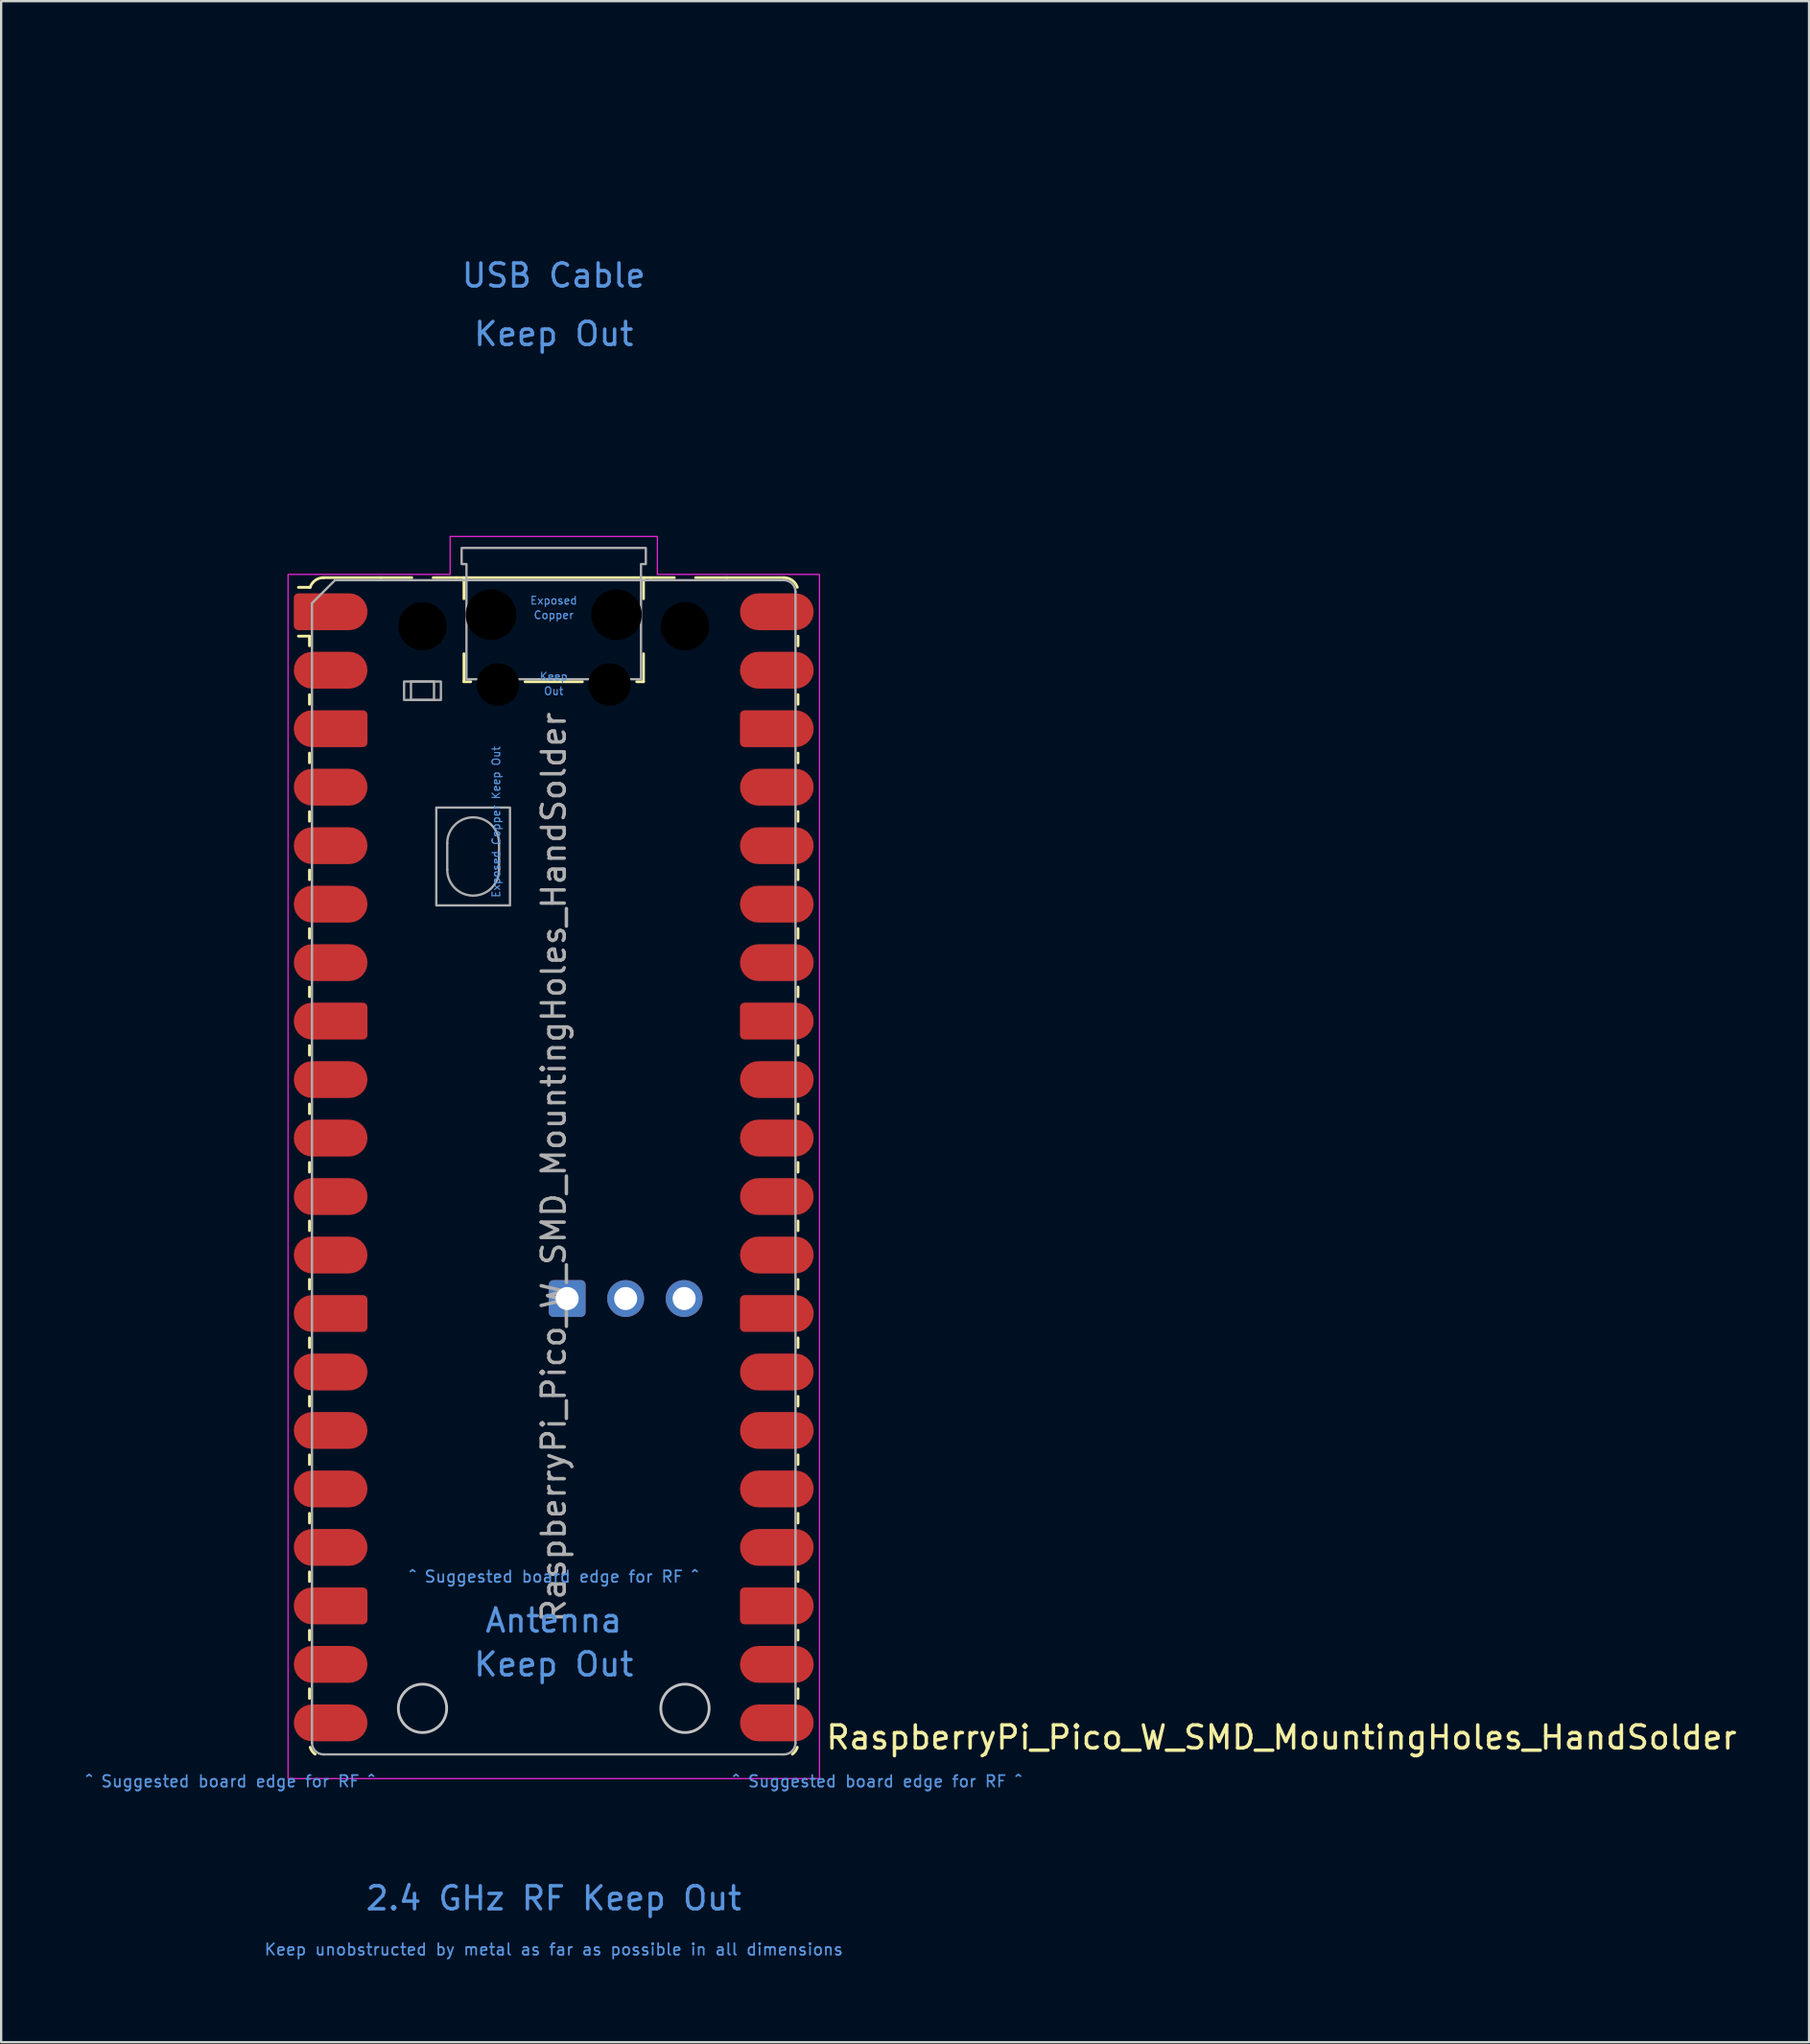
<source format=kicad_pcb>
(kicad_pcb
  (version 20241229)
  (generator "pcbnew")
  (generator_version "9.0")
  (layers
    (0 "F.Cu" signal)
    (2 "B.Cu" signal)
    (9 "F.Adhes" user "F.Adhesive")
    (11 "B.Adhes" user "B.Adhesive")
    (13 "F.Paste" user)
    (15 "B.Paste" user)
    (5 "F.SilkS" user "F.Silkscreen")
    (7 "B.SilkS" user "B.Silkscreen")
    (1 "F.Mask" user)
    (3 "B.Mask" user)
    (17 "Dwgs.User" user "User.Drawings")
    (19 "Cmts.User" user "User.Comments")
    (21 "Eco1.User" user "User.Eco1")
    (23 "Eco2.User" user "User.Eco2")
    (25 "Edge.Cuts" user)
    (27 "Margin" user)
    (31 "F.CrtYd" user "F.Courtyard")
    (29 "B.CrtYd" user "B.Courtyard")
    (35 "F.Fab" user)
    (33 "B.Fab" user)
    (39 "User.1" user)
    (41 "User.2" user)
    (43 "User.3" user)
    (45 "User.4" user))
  (footprint "RaspberryPi_Pico_W_SMD_MountingHoles_HandSolder"
    (layer "F.Cu")
    (at 21 47.65)
    (property "Reference" "RaspberryPi_Pico_W_SMD_MountingHoles_HandSolder" (at 11.748 24.765 0) (unlocked yes) (layer "F.SilkS") (effects (font (size 1 1) (thickness 0.15)) (justify left)))
    (attr smd)
    (fp_line (start -10.61 -23.07) (end -11.09 -23.07) (stroke (width 0.12) (type solid)) (layer "F.SilkS"))
    (fp_line (start -10.61 -23.07) (end -10.61 -22.65) (stroke (width 0.12) (type solid)) (layer "F.SilkS"))
    (fp_line (start -10.61 -20.53) (end -10.61 -20.11) (stroke (width 0.12) (type solid)) (layer "F.SilkS"))
    (fp_line (start -10.61 -17.99) (end -10.61 -17.57) (stroke (width 0.12) (type solid)) (layer "F.SilkS"))
    (fp_line (start -10.61 -15.45) (end -10.61 -15.03) (stroke (width 0.12) (type solid)) (layer "F.SilkS"))
    (fp_line (start -10.61 -12.91) (end -10.61 -12.49) (stroke (width 0.12) (type solid)) (layer "F.SilkS"))
    (fp_line (start -10.61 -10.37) (end -10.61 -9.95) (stroke (width 0.12) (type solid)) (layer "F.SilkS"))
    (fp_line (start -10.61 -7.83) (end -10.61 -7.41) (stroke (width 0.12) (type solid)) (layer "F.SilkS"))
    (fp_line (start -10.61 -5.29) (end -10.61 -4.87) (stroke (width 0.12) (type solid)) (layer "F.SilkS"))
    (fp_line (start -10.61 -2.75) (end -10.61 -2.33) (stroke (width 0.12) (type solid)) (layer "F.SilkS"))
    (fp_line (start -10.61 -0.21) (end -10.61 0.21) (stroke (width 0.12) (type solid)) (layer "F.SilkS"))
    (fp_line (start -10.61 2.33) (end -10.61 2.75) (stroke (width 0.12) (type solid)) (layer "F.SilkS"))
    (fp_line (start -10.61 4.87) (end -10.61 5.29) (stroke (width 0.12) (type solid)) (layer "F.SilkS"))
    (fp_line (start -10.61 7.41) (end -10.61 7.83) (stroke (width 0.12) (type solid)) (layer "F.SilkS"))
    (fp_line (start -10.61 9.95) (end -10.61 10.37) (stroke (width 0.12) (type solid)) (layer "F.SilkS"))
    (fp_line (start -10.61 12.49) (end -10.61 12.91) (stroke (width 0.12) (type solid)) (layer "F.SilkS"))
    (fp_line (start -10.61 15.03) (end -10.61 15.45) (stroke (width 0.12) (type solid)) (layer "F.SilkS"))
    (fp_line (start -10.61 17.57) (end -10.61 17.99) (stroke (width 0.12) (type solid)) (layer "F.SilkS"))
    (fp_line (start -10.61 20.11) (end -10.61 20.53) (stroke (width 0.12) (type solid)) (layer "F.SilkS"))
    (fp_line (start -10.61 22.65) (end -10.61 23.07) (stroke (width 0.12) (type solid)) (layer "F.SilkS"))
    (fp_line (start -10.58 -25.19) (end -11.09 -25.19) (stroke (width 0.12) (type solid)) (layer "F.SilkS"))
    (fp_line (start -10 -25.61) (end -7.51 -25.61) (stroke (width 0.12) (type solid)) (layer "F.SilkS"))
    (fp_line (start -7.51 -25.61) (end -6.162 -25.61) (stroke (width 0.12) (type solid)) (layer "F.SilkS"))
    (fp_line (start -5.238 -25.61) (end -4.235 -25.61) (stroke (width 0.12) (type solid)) (layer "F.SilkS"))
    (fp_line (start -4.235 -25.61) (end 4.235 -25.61) (stroke (width 0.12) (type solid)) (layer "F.SilkS"))
    (fp_line (start -3.9 -25.61) (end -3.9 -24.694) (stroke (width 0.12) (type solid)) (layer "F.SilkS"))
    (fp_line (start -3.9 -22.306) (end -3.9 -21.09) (stroke (width 0.12) (type solid)) (layer "F.SilkS"))
    (fp_line (start -3.9 -21.09) (end -3.604 -21.09) (stroke (width 0.12) (type solid)) (layer "F.SilkS"))
    (fp_line (start -1.246 -21.09) (end 1.246 -21.09) (stroke (width 0.12) (type solid)) (layer "F.SilkS"))
    (fp_line (start 3.604 -21.09) (end 3.9 -21.09) (stroke (width 0.12) (type solid)) (layer "F.SilkS"))
    (fp_line (start 3.9 -25.61) (end 3.9 -24.694) (stroke (width 0.12) (type solid)) (layer "F.SilkS"))
    (fp_line (start 3.9 -22.306) (end 3.9 -21.09) (stroke (width 0.12) (type solid)) (layer "F.SilkS"))
    (fp_line (start 4.235 -25.61) (end 5.238 -25.61) (stroke (width 0.12) (type solid)) (layer "F.SilkS"))
    (fp_line (start 6.162 -25.61) (end 7.51 -25.61) (stroke (width 0.12) (type solid)) (layer "F.SilkS"))
    (fp_line (start 10 -25.61) (end 7.51 -25.61) (stroke (width 0.12) (type solid)) (layer "F.SilkS"))
    (fp_line (start 10.61 -23.07) (end 10.61 -22.65) (stroke (width 0.12) (type solid)) (layer "F.SilkS"))
    (fp_line (start 10.61 -20.53) (end 10.61 -20.11) (stroke (width 0.12) (type solid)) (layer "F.SilkS"))
    (fp_line (start 10.61 -17.99) (end 10.61 -17.57) (stroke (width 0.12) (type solid)) (layer "F.SilkS"))
    (fp_line (start 10.61 -15.45) (end 10.61 -15.03) (stroke (width 0.12) (type solid)) (layer "F.SilkS"))
    (fp_line (start 10.61 -12.91) (end 10.61 -12.49) (stroke (width 0.12) (type solid)) (layer "F.SilkS"))
    (fp_line (start 10.61 -10.37) (end 10.61 -9.95) (stroke (width 0.12) (type solid)) (layer "F.SilkS"))
    (fp_line (start 10.61 -7.83) (end 10.61 -7.41) (stroke (width 0.12) (type solid)) (layer "F.SilkS"))
    (fp_line (start 10.61 -5.29) (end 10.61 -4.87) (stroke (width 0.12) (type solid)) (layer "F.SilkS"))
    (fp_line (start 10.61 -2.75) (end 10.61 -2.33) (stroke (width 0.12) (type solid)) (layer "F.SilkS"))
    (fp_line (start 10.61 -0.21) (end 10.61 0.21) (stroke (width 0.12) (type solid)) (layer "F.SilkS"))
    (fp_line (start 10.61 2.33) (end 10.61 2.75) (stroke (width 0.12) (type solid)) (layer "F.SilkS"))
    (fp_line (start 10.61 4.87) (end 10.61 5.29) (stroke (width 0.12) (type solid)) (layer "F.SilkS"))
    (fp_line (start 10.61 7.41) (end 10.61 7.83) (stroke (width 0.12) (type solid)) (layer "F.SilkS"))
    (fp_line (start 10.61 9.95) (end 10.61 10.37) (stroke (width 0.12) (type solid)) (layer "F.SilkS"))
    (fp_line (start 10.61 12.49) (end 10.61 12.91) (stroke (width 0.12) (type solid)) (layer "F.SilkS"))
    (fp_line (start 10.61 15.03) (end 10.61 15.45) (stroke (width 0.12) (type solid)) (layer "F.SilkS"))
    (fp_line (start 10.61 17.57) (end 10.61 17.99) (stroke (width 0.12) (type solid)) (layer "F.SilkS"))
    (fp_line (start 10.61 20.11) (end 10.61 20.53) (stroke (width 0.12) (type solid)) (layer "F.SilkS"))
    (fp_line (start 10.61 22.65) (end 10.61 23.07) (stroke (width 0.12) (type solid)) (layer "F.SilkS"))
    (fp_arc (start -10.579676 -25.189937) (mid -10.357938 -25.493944) (end -10 -25.61) (stroke (width 0.12) (type solid)) (layer "F.SilkS"))
    (fp_arc (start -10.363318 25.49) (mid -10.494791 25.356765) (end -10.579676 25.189937) (stroke (width 0.12) (type solid)) (layer "F.SilkS"))
    (fp_arc (start 10 -25.61) (mid 10.357937 -25.493944) (end 10.579676 -25.189937) (stroke (width 0.12) (type solid)) (layer "F.SilkS"))
    (fp_arc (start 10.579676 25.189937) (mid 10.494803 25.356773) (end 10.363318 25.49) (stroke (width 0.12) (type solid)) (layer "F.SilkS"))
    (fp_circle (center -5.7 23.5) (end -4.65 23.5) (stroke (width 0.12) (type solid)) (fill no) (layer "Dwgs.User"))
    (fp_circle (center 5.7 23.5) (end 6.75 23.5) (stroke (width 0.12) (type solid)) (fill no) (layer "Dwgs.User"))
    (fp_poly (pts (xy -4.5 -27.4) (xy 4.5 -27.4) (xy 4.5 -25.75) (xy 11.54 -25.75) (xy 11.54 26.55) (xy -11.54 26.55) (xy -11.54 -25.75) (xy -4.5 -25.75)) (stroke (width 0.05) (type solid)) (fill no) (layer "F.CrtYd"))
    (fp_line (start -10.5 -24.5) (end -9.5 -25.5) (stroke (width 0.1) (type solid)) (layer "F.Fab"))
    (fp_line (start -10.5 25) (end -10.5 -24.5) (stroke (width 0.1) (type solid)) (layer "F.Fab"))
    (fp_line (start -9.5 -25.5) (end 10 -25.5) (stroke (width 0.1) (type solid)) (layer "F.Fab"))
    (fp_line (start -4.625 -14.075) (end -4.625 -12.925) (stroke (width 0.1) (type solid)) (layer "F.Fab"))
    (fp_line (start -2.375 -14.075) (end -2.375 -12.925) (stroke (width 0.1) (type solid)) (layer "F.Fab"))
    (fp_line (start 10 25.5) (end -10 25.5) (stroke (width 0.1) (type solid)) (layer "F.Fab"))
    (fp_line (start 10.5 -25) (end 10.5 25) (stroke (width 0.1) (type solid)) (layer "F.Fab"))
    (fp_rect (start -6.5 -21.1) (end -4.9 -20.3) (stroke (width 0.1) (type solid)) (fill no) (layer "F.Fab"))
    (fp_rect (start -6.2 -21.1) (end -5.2 -20.3) (stroke (width 0.1) (type solid)) (fill no) (layer "F.Fab"))
    (fp_rect (start -5.1 -15.625) (end -1.9 -11.375) (stroke (width 0.1) (type solid)) (fill no) (layer "F.Fab"))
    (fp_arc (start -10 25.5) (mid -10.353553 25.353553) (end -10.5 25) (stroke (width 0.1) (type solid)) (layer "F.Fab"))
    (fp_arc (start -4.625 -14.075) (mid -3.5 -15.2) (end -2.375 -14.075) (stroke (width 0.1) (type solid)) (layer "F.Fab"))
    (fp_arc (start -2.375 -12.925) (mid -3.5 -11.8) (end -4.625 -12.925) (stroke (width 0.1) (type solid)) (layer "F.Fab"))
    (fp_arc (start 10 -25.5) (mid 10.353553 -25.353553) (end 10.5 -25) (stroke (width 0.1) (type solid)) (layer "F.Fab"))
    (fp_arc (start 10.5 25) (mid 10.353553 25.353553) (end 10 25.5) (stroke (width 0.1) (type solid)) (layer "F.Fab"))
    (fp_poly (pts (xy 3.79 -21.2) (xy 3.79 -26.2) (xy 4 -26.2) (xy 4 -26.9) (xy -4 -26.9) (xy -4 -26.2) (xy -3.79 -26.2) (xy -3.79 -21.2)) (stroke (width 0.1) (type solid)) (fill no) (layer "F.Fab"))
    (fp_text user "^ Suggested board edge for RF ^" (at -14.05 26.67 0) (unlocked yes) (layer "Cmts.User") (effects (font (size 0.5 0.5) (thickness 0.075))))
    (fp_text user "Keep unobstructed by metal as far as possible in all dimensions" (at 0 33.972 0) (unlocked yes) (layer "Cmts.User") (effects (font (size 0.5 0.5) (thickness 0.075))))
    (fp_text user "Keep" (at 0 -21.317 0) (unlocked yes) (layer "Cmts.User") (effects (font (size 0.333 0.333) (thickness 0.05))))
    (fp_text user "^ Suggested board edge for RF ^" (at 0 17.78 0) (unlocked yes) (layer "Cmts.User") (effects (font (size 0.5 0.5) (thickness 0.075))))
    (fp_text user "Keep Out" (at 0 21.59 0) (unlocked yes) (layer "Cmts.User") (effects (font (size 1 1) (thickness 0.15))))
    (fp_text user "Exposed Copper Keep Out" (at -2.5 -15 90) (unlocked yes) (layer "Cmts.User") (effects (font (size 0.333 0.333) (thickness 0.05))))
    (fp_text user "Out" (at 0 -20.683 0) (unlocked yes) (layer "Cmts.User") (effects (font (size 0.333 0.333) (thickness 0.05))))
    (fp_text user "^ Suggested board edge for RF ^" (at 14.05 26.67 0) (unlocked yes) (layer "Cmts.User") (effects (font (size 0.5 0.5) (thickness 0.075))))
    (fp_text user "USB Cable" (at 0 -38.735 0) (unlocked yes) (layer "Cmts.User") (effects (font (size 1 1) (thickness 0.15))))
    (fp_text user "Antenna" (at 0 19.685 0) (unlocked yes) (layer "Cmts.User") (effects (font (size 1 1) (thickness 0.15))))
    (fp_text user "Keep Out" (at 0 -36.195 0) (unlocked yes) (layer "Cmts.User") (effects (font (size 1 1) (thickness 0.15))))
    (fp_text user "Copper" (at 0 -23.983 0) (unlocked yes) (layer "Cmts.User") (effects (font (size 0.333 0.333) (thickness 0.05))))
    (fp_text user "Exposed" (at 0 -24.617 0) (unlocked yes) (layer "Cmts.User") (effects (font (size 0.333 0.333) (thickness 0.05))))
    (fp_text user "2.4 GHz RF Keep Out" (at 0 31.75 0) (unlocked yes) (layer "Cmts.User") (effects (font (size 1 1) (thickness 0.15))))
    (fp_text user "${REFERENCE}" (at 0 0 90) (layer "F.Fab") (effects (font (size 1 1) (thickness 0.15))))
    (pad "" np_thru_hole circle (at -5.7 -23.5) (size 3.8 3.8) (drill 2.1) (layers "*.Mask"))
    (pad "" np_thru_hole circle (at -2.725 -24) (size 2.2 2.2) (drill 2.2) (layers "*.Mask"))
    (pad "" np_thru_hole circle (at -2.425 -20.97) (size 1.85 1.85) (drill 1.85) (layers "*.Mask"))
    (pad "" np_thru_hole circle (at 2.425 -20.97) (size 1.85 1.85) (drill 1.85) (layers "*.Mask"))
    (pad "" np_thru_hole circle (at 2.725 -24) (size 2.2 2.2) (drill 2.2) (layers "*.Mask"))
    (pad "" np_thru_hole circle (at 5.7 -23.5) (size 3.8 3.8) (drill 2.1) (layers "*.Mask"))
    (pad "1" smd custom (at -8.89 -24.13) (size 1.6 1.6) (layers "F.Cu" "F.Mask" "F.Paste") (options (anchor circle)) (primitives (gr_poly (pts (xy -2.4 0.6) (xy -2.4 -0.6) (xy -2.2 -0.8) (xy 0 -0.8) (xy 0 0.8) (xy -2.2 0.8)) (width 0) (fill yes)) (gr_circle (center -2.2 0.6) (end -2 0.6) (width 0) (fill yes)) (gr_circle (center -2.2 -0.6) (end -2 -0.6) (width 0) (fill yes))))
    (pad "2" smd roundrect (at -8.89 -21.59) (size 3.2 1.6) (drill (offset -0.8 0)) (layers "F.Cu" "F.Mask" "F.Paste") (roundrect_rratio 0.5))
    (pad "3" smd custom (at -8.89 -19.05) (size 1.6 1.6) (layers "F.Cu" "F.Mask" "F.Paste") (options (anchor circle)) (primitives (gr_poly (pts (xy 0.8 -0.6) (xy 0.8 0.6) (xy 0.6 0.8) (xy -1.6 0.8) (xy -1.6 -0.8) (xy 0.6 -0.8)) (width 0) (fill yes)) (gr_circle (center 0.6 0.6) (end 0.8 0.6) (width 0) (fill yes)) (gr_circle (center 0.6 -0.6) (end 0.8 -0.6) (width 0) (fill yes)) (gr_circle (center -1.6 0) (end -0.8 0) (width 0) (fill yes))))
    (pad "4" smd roundrect (at -8.89 -16.51) (size 3.2 1.6) (drill (offset -0.8 0)) (layers "F.Cu" "F.Mask" "F.Paste") (roundrect_rratio 0.5))
    (pad "5" smd roundrect (at -8.89 -13.97) (size 3.2 1.6) (drill (offset -0.8 0)) (layers "F.Cu" "F.Mask" "F.Paste") (roundrect_rratio 0.5))
    (pad "6" smd roundrect (at -8.89 -11.43) (size 3.2 1.6) (drill (offset -0.8 0)) (layers "F.Cu" "F.Mask" "F.Paste") (roundrect_rratio 0.5))
    (pad "7" smd roundrect (at -8.89 -8.89) (size 3.2 1.6) (drill (offset -0.8 0)) (layers "F.Cu" "F.Mask" "F.Paste") (roundrect_rratio 0.5))
    (pad "8" smd custom (at -8.89 -6.35) (size 1.6 1.6) (layers "F.Cu" "F.Mask" "F.Paste") (options (anchor circle)) (primitives (gr_poly (pts (xy 0.8 -0.6) (xy 0.8 0.6) (xy 0.6 0.8) (xy -1.6 0.8) (xy -1.6 -0.8) (xy 0.6 -0.8)) (width 0) (fill yes)) (gr_circle (center 0.6 0.6) (end 0.8 0.6) (width 0) (fill yes)) (gr_circle (center 0.6 -0.6) (end 0.8 -0.6) (width 0) (fill yes)) (gr_circle (center -1.6 0) (end -0.8 0) (width 0) (fill yes))))
    (pad "9" smd roundrect (at -8.89 -3.81) (size 3.2 1.6) (drill (offset -0.8 0)) (layers "F.Cu" "F.Mask" "F.Paste") (roundrect_rratio 0.5))
    (pad "10" smd roundrect (at -8.89 -1.27) (size 3.2 1.6) (drill (offset -0.8 0)) (layers "F.Cu" "F.Mask" "F.Paste") (roundrect_rratio 0.5))
    (pad "11" smd roundrect (at -8.89 1.27) (size 3.2 1.6) (drill (offset -0.8 0)) (layers "F.Cu" "F.Mask" "F.Paste") (roundrect_rratio 0.5))
    (pad "12" smd roundrect (at -8.89 3.81) (size 3.2 1.6) (drill (offset -0.8 0)) (layers "F.Cu" "F.Mask" "F.Paste") (roundrect_rratio 0.5))
    (pad "13" smd custom (at -8.89 6.35) (size 1.6 1.6) (layers "F.Cu" "F.Mask" "F.Paste") (options (anchor circle)) (primitives (gr_poly (pts (xy 0.8 -0.6) (xy 0.8 0.6) (xy 0.6 0.8) (xy -1.6 0.8) (xy -1.6 -0.8) (xy 0.6 -0.8)) (width 0) (fill yes)) (gr_circle (center 0.6 0.6) (end 0.8 0.6) (width 0) (fill yes)) (gr_circle (center 0.6 -0.6) (end 0.8 -0.6) (width 0) (fill yes)) (gr_circle (center -1.6 0) (end -0.8 0) (width 0) (fill yes))))
    (pad "14" smd roundrect (at -8.89 8.89) (size 3.2 1.6) (drill (offset -0.8 0)) (layers "F.Cu" "F.Mask" "F.Paste") (roundrect_rratio 0.5))
    (pad "15" smd roundrect (at -8.89 11.43) (size 3.2 1.6) (drill (offset -0.8 0)) (layers "F.Cu" "F.Mask" "F.Paste") (roundrect_rratio 0.5))
    (pad "16" smd roundrect (at -8.89 13.97) (size 3.2 1.6) (drill (offset -0.8 0)) (layers "F.Cu" "F.Mask" "F.Paste") (roundrect_rratio 0.5))
    (pad "17" smd roundrect (at -8.89 16.51) (size 3.2 1.6) (drill (offset -0.8 0)) (layers "F.Cu" "F.Mask" "F.Paste") (roundrect_rratio 0.5))
    (pad "18" smd custom (at -8.89 19.05) (size 1.6 1.6) (layers "F.Cu" "F.Mask" "F.Paste") (options (anchor circle)) (primitives (gr_poly (pts (xy 0.8 -0.6) (xy 0.8 0.6) (xy 0.6 0.8) (xy -1.6 0.8) (xy -1.6 -0.8) (xy 0.6 -0.8)) (width 0) (fill yes)) (gr_circle (center 0.6 0.6) (end 0.8 0.6) (width 0) (fill yes)) (gr_circle (center 0.6 -0.6) (end 0.8 -0.6) (width 0) (fill yes)) (gr_circle (center -1.6 0) (end -0.8 0) (width 0) (fill yes))))
    (pad "19" smd roundrect (at -8.89 21.59) (size 3.2 1.6) (drill (offset -0.8 0)) (layers "F.Cu" "F.Mask" "F.Paste") (roundrect_rratio 0.5))
    (pad "20" smd roundrect (at -8.89 24.13) (size 3.2 1.6) (drill (offset -0.8 0)) (layers "F.Cu" "F.Mask" "F.Paste") (roundrect_rratio 0.5))
    (pad "21" smd roundrect (at 8.89 24.13) (size 3.2 1.6) (drill (offset 0.8 0)) (layers "F.Cu" "F.Mask" "F.Paste") (roundrect_rratio 0.5))
    (pad "22" smd roundrect (at 8.89 21.59) (size 3.2 1.6) (drill (offset 0.8 0)) (layers "F.Cu" "F.Mask" "F.Paste") (roundrect_rratio 0.5))
    (pad "23" smd custom (at 8.89 19.05) (size 1.6 1.6) (layers "F.Cu" "F.Mask" "F.Paste") (options (anchor circle)) (primitives (gr_poly (pts (xy -0.8 -0.6) (xy -0.8 0.6) (xy -0.6 0.8) (xy 1.6 0.8) (xy 1.6 -0.8) (xy -0.6 -0.8)) (width 0) (fill yes)) (gr_circle (center -0.6 0.6) (end -0.4 0.6) (width 0) (fill yes)) (gr_circle (center -0.6 -0.6) (end -0.4 -0.6) (width 0) (fill yes)) (gr_circle (center 1.6 0) (end 2.4 0) (width 0) (fill yes))))
    (pad "24" smd roundrect (at 8.89 16.51) (size 3.2 1.6) (drill (offset 0.8 0)) (layers "F.Cu" "F.Mask" "F.Paste") (roundrect_rratio 0.5))
    (pad "25" smd roundrect (at 8.89 13.97) (size 3.2 1.6) (drill (offset 0.8 0)) (layers "F.Cu" "F.Mask" "F.Paste") (roundrect_rratio 0.5))
    (pad "26" smd roundrect (at 8.89 11.43) (size 3.2 1.6) (drill (offset 0.8 0)) (layers "F.Cu" "F.Mask" "F.Paste") (roundrect_rratio 0.5))
    (pad "27" smd roundrect (at 8.89 8.89) (size 3.2 1.6) (drill (offset 0.8 0)) (layers "F.Cu" "F.Mask" "F.Paste") (roundrect_rratio 0.5))
    (pad "28" smd custom (at 8.89 6.35) (size 1.6 1.6) (layers "F.Cu" "F.Mask" "F.Paste") (options (anchor circle)) (primitives (gr_poly (pts (xy -0.8 -0.6) (xy -0.8 0.6) (xy -0.6 0.8) (xy 1.6 0.8) (xy 1.6 -0.8) (xy -0.6 -0.8)) (width 0) (fill yes)) (gr_circle (center -0.6 0.6) (end -0.4 0.6) (width 0) (fill yes)) (gr_circle (center -0.6 -0.6) (end -0.4 -0.6) (width 0) (fill yes)) (gr_circle (center 1.6 0) (end 2.4 0) (width 0) (fill yes))))
    (pad "29" smd roundrect (at 8.89 3.81) (size 3.2 1.6) (drill (offset 0.8 0)) (layers "F.Cu" "F.Mask" "F.Paste") (roundrect_rratio 0.5))
    (pad "30" smd roundrect (at 8.89 1.27) (size 3.2 1.6) (drill (offset 0.8 0)) (layers "F.Cu" "F.Mask" "F.Paste") (roundrect_rratio 0.5))
    (pad "31" smd roundrect (at 8.89 -1.27) (size 3.2 1.6) (drill (offset 0.8 0)) (layers "F.Cu" "F.Mask" "F.Paste") (roundrect_rratio 0.5))
    (pad "32" smd roundrect (at 8.89 -3.81) (size 3.2 1.6) (drill (offset 0.8 0)) (layers "F.Cu" "F.Mask" "F.Paste") (roundrect_rratio 0.5))
    (pad "33" smd custom (at 8.89 -6.35) (size 1.6 1.6) (layers "F.Cu" "F.Mask" "F.Paste") (options (anchor circle)) (primitives (gr_poly (pts (xy -0.8 -0.6) (xy -0.8 0.6) (xy -0.6 0.8) (xy 1.6 0.8) (xy 1.6 -0.8) (xy -0.6 -0.8)) (width 0) (fill yes)) (gr_circle (center -0.6 0.6) (end -0.4 0.6) (width 0) (fill yes)) (gr_circle (center -0.6 -0.6) (end -0.4 -0.6) (width 0) (fill yes)) (gr_circle (center 1.6 0) (end 2.4 0) (width 0) (fill yes))))
    (pad "34" smd roundrect (at 8.89 -8.89) (size 3.2 1.6) (drill (offset 0.8 0)) (layers "F.Cu" "F.Mask" "F.Paste") (roundrect_rratio 0.5))
    (pad "35" smd roundrect (at 8.89 -11.43) (size 3.2 1.6) (drill (offset 0.8 0)) (layers "F.Cu" "F.Mask" "F.Paste") (roundrect_rratio 0.5))
    (pad "36" smd roundrect (at 8.89 -13.97) (size 3.2 1.6) (drill (offset 0.8 0)) (layers "F.Cu" "F.Mask" "F.Paste") (roundrect_rratio 0.5))
    (pad "37" smd roundrect (at 8.89 -16.51) (size 3.2 1.6) (drill (offset 0.8 0)) (layers "F.Cu" "F.Mask" "F.Paste") (roundrect_rratio 0.5))
    (pad "38" smd custom (at 8.89 -19.05) (size 1.6 1.6) (layers "F.Cu" "F.Mask" "F.Paste") (options (anchor circle)) (primitives (gr_poly (pts (xy -0.8 -0.6) (xy -0.8 0.6) (xy -0.6 0.8) (xy 1.6 0.8) (xy 1.6 -0.8) (xy -0.6 -0.8)) (width 0) (fill yes)) (gr_circle (center -0.6 0.6) (end -0.4 0.6) (width 0) (fill yes)) (gr_circle (center -0.6 -0.6) (end -0.4 -0.6) (width 0) (fill yes)) (gr_circle (center 1.6 0) (end 2.4 0) (width 0) (fill yes))))
    (pad "39" smd roundrect (at 8.89 -21.59) (size 3.2 1.6) (drill (offset 0.8 0)) (layers "F.Cu" "F.Mask" "F.Paste") (roundrect_rratio 0.5))
    (pad "40" smd roundrect (at 8.89 -24.13) (size 3.2 1.6) (drill (offset 0.8 0)) (layers "F.Cu" "F.Mask" "F.Paste") (roundrect_rratio 0.5))
    (pad "D1" thru_hole roundrect (at 0.584 5.7) (size 1.6 1.6) (drill 1) (property pad_prop_castellated) (layers "*.Cu" "*.Mask") (roundrect_rratio 0.125))
    (pad "D2" thru_hole circle (at 3.124 5.7) (size 1.6 1.6) (drill 1) (property pad_prop_castellated) (layers "*.Cu" "*.Mask"))
    (pad "D3" thru_hole circle (at 5.664 5.7) (size 1.6 1.6) (drill 1) (property pad_prop_castellated) (layers "*.Cu" "*.Mask"))
    (zone (net_name "") (layers "F.Cu" "B.Cu" "F.Paste" "B.Paste") (name "RF Copper Keep Out") (hatch full 0.5) (connect_pads) (min_thickness 0.254) (filled_areas_thickness no) (keepout (tracks not_allowed) (vias not_allowed) (pads not_allowed) (copperpour not_allowed) (footprints not_allowed)) (placement (enabled no)) (fill) (polygon (pts (xy 0 72.65) (xy 42 72.65) (xy 42 82.65) (xy 0 82.65))))
    (zone (net_name "") (layers "F.Cu" "B.Cu" "F.Paste" "B.Paste") (name "Antenna Copper Keep Out") (hatch full 0.5) (connect_pads) (min_thickness 0.254) (filled_areas_thickness no) (keepout (tracks not_allowed) (vias not_allowed) (pads not_allowed) (copperpour not_allowed) (footprints not_allowed)) (placement (enabled no)) (fill) (polygon (pts (xy 18.6 72.64) (xy 13.9 68.99) (xy 13.9 64.65) (xy 28.1 64.65) (xy 28.1 68.99) (xy 23.4 72.64) (xy 23.4 72.65) (xy 18.6 72.65))))
    (zone (net_name "") (layers "F.Cu" "F.Paste") (name "Pad Keep Out TP4") (hatch full 0.5) (connect_pads) (min_thickness 0.25) (filled_areas_thickness no) (keepout (tracks not_allowed) (vias not_allowed) (pads not_allowed) (copperpour not_allowed) (footprints allowed)) (placement (enabled no)) (fill) (polygon (pts (xy 17.984 31.098) (xy 17.858 31.064) (xy 17.744 30.998) (xy 17.652 30.906) (xy 17.586 30.792) (xy 17.552 30.666) (xy 17.55 30.6) (xy 17.55 30.15) (xy 19.45 30.15) (xy 19.45 30.6) (xy 19.448 30.666) (xy 19.414 30.792) (xy 19.348 30.906) (xy 19.256 30.998) (xy 19.142 31.064) (xy 19.016 31.098) (xy 18.95 31.1) (xy 18.05 31.1))))
    (zone (net_name "") (layers "F.Cu" "F.Paste") (name "Pad Keep Out TP5") (hatch full 0.5) (connect_pads) (min_thickness 0.25) (filled_areas_thickness no) (keepout (tracks not_allowed) (vias not_allowed) (pads not_allowed) (copperpour not_allowed) (footprints allowed)) (placement (enabled no)) (fill) (polygon (pts (xy 17.984 33.598) (xy 17.858 33.564) (xy 17.744 33.498) (xy 17.652 33.406) (xy 17.586 33.292) (xy 17.552 33.166) (xy 17.55 33.1) (xy 17.55 32.65) (xy 19.45 32.65) (xy 19.45 33.1) (xy 19.448 33.166) (xy 19.414 33.292) (xy 19.348 33.406) (xy 19.256 33.498) (xy 19.142 33.564) (xy 19.016 33.598) (xy 18.95 33.6) (xy 18.05 33.6))))
    (zone (net_name "") (layers "F.Cu" "F.Paste") (name "Pad Keep Out TP6") (hatch full 0.5) (connect_pads) (min_thickness 0.25) (filled_areas_thickness no) (keepout (tracks not_allowed) (vias not_allowed) (pads not_allowed) (copperpour not_allowed) (footprints allowed)) (placement (enabled no)) (fill) (polygon (pts (xy 17.984 36.098) (xy 17.858 36.064) (xy 17.744 35.998) (xy 17.652 35.906) (xy 17.586 35.792) (xy 17.552 35.666) (xy 17.55 35.6) (xy 17.55 35.15) (xy 19.45 35.15) (xy 19.45 35.6) (xy 19.448 35.666) (xy 19.414 35.792) (xy 19.348 35.906) (xy 19.256 35.998) (xy 19.142 36.064) (xy 19.016 36.098) (xy 18.95 36.1) (xy 18.05 36.1))))
    (zone (net_name "") (layers "F.Cu" "F.Paste") (name "Pad Keep Out TP3") (hatch full 0.5) (connect_pads) (min_thickness 0.25) (filled_areas_thickness no) (keepout (tracks not_allowed) (vias not_allowed) (pads not_allowed) (copperpour not_allowed) (footprints allowed)) (placement (enabled no)) (fill) (polygon (pts (xy 19.052 22.834) (xy 19.086 22.708) (xy 19.152 22.594) (xy 19.244 22.502) (xy 19.358 22.436) (xy 19.484 22.402) (xy 19.55 22.4) (xy 20 22.4) (xy 20 24.3) (xy 19.55 24.3) (xy 19.484 24.298) (xy 19.358 24.264) (xy 19.244 24.198) (xy 19.152 24.106) (xy 19.086 23.992) (xy 19.052 23.866) (xy 19.05 23.8) (xy 19.05 22.9))))
    (zone (net_name "") (layers "F.Cu" "F.Paste") (name "Pad Keep Out TP4") (hatch full 0.5) (connect_pads) (min_thickness 0.25) (filled_areas_thickness no) (keepout (tracks not_allowed) (vias not_allowed) (pads not_allowed) (copperpour not_allowed) (footprints allowed)) (placement (enabled no)) (fill) (polygon (pts (xy 19.45 30.15) (xy 19.45 29.7) (xy 19.448 29.634) (xy 19.414 29.508) (xy 19.348 29.394) (xy 19.256 29.302) (xy 19.142 29.236) (xy 19.016 29.202) (xy 18.95 29.2) (xy 18.05 29.2) (xy 17.984 29.202) (xy 17.858 29.236) (xy 17.744 29.302) (xy 17.652 29.394) (xy 17.586 29.508) (xy 17.552 29.634) (xy 17.55 29.7) (xy 17.55 30.15))))
    (zone (net_name "") (layers "F.Cu" "F.Paste") (name "Pad Keep Out TP5") (hatch full 0.5) (connect_pads) (min_thickness 0.25) (filled_areas_thickness no) (keepout (tracks not_allowed) (vias not_allowed) (pads not_allowed) (copperpour not_allowed) (footprints allowed)) (placement (enabled no)) (fill) (polygon (pts (xy 19.45 32.65) (xy 19.45 32.2) (xy 19.448 32.134) (xy 19.414 32.008) (xy 19.348 31.894) (xy 19.256 31.802) (xy 19.142 31.736) (xy 19.016 31.702) (xy 18.95 31.7) (xy 18.05 31.7) (xy 17.984 31.702) (xy 17.858 31.736) (xy 17.744 31.802) (xy 17.652 31.894) (xy 17.586 32.008) (xy 17.552 32.134) (xy 17.55 32.2) (xy 17.55 32.65))))
    (zone (net_name "") (layers "F.Cu" "F.Paste") (name "Pad Keep Out TP6") (hatch full 0.5) (connect_pads) (min_thickness 0.25) (filled_areas_thickness no) (keepout (tracks not_allowed) (vias not_allowed) (pads not_allowed) (copperpour not_allowed) (footprints allowed)) (placement (enabled no)) (fill) (polygon (pts (xy 19.45 35.15) (xy 19.45 34.7) (xy 19.448 34.634) (xy 19.414 34.508) (xy 19.348 34.394) (xy 19.256 34.302) (xy 19.142 34.236) (xy 19.016 34.202) (xy 18.95 34.2) (xy 18.05 34.2) (xy 17.984 34.202) (xy 17.858 34.236) (xy 17.744 34.302) (xy 17.652 34.394) (xy 17.586 34.508) (xy 17.552 34.634) (xy 17.55 34.7) (xy 17.55 35.15))))
    (zone (net_name "") (layers "F.Cu" "F.Paste") (name "Pad Keep Out TP3") (hatch full 0.5) (connect_pads) (min_thickness 0.25) (filled_areas_thickness no) (keepout (tracks not_allowed) (vias not_allowed) (pads not_allowed) (copperpour not_allowed) (footprints allowed)) (placement (enabled no)) (fill) (polygon (pts (xy 20 24.3) (xy 20.45 24.3) (xy 20.516 24.298) (xy 20.642 24.264) (xy 20.756 24.198) (xy 20.848 24.106) (xy 20.914 23.992) (xy 20.948 23.866) (xy 20.95 23.8) (xy 20.95 22.9) (xy 20.948 22.834) (xy 20.914 22.708) (xy 20.848 22.594) (xy 20.756 22.502) (xy 20.642 22.436) (xy 20.516 22.402) (xy 20.45 22.4) (xy 20 22.4))))
    (zone (net_name "") (layers "F.Cu" "F.Paste") (name "Pad Keep Out TP1") (hatch full 0.5) (connect_pads) (min_thickness 0.25) (filled_areas_thickness no) (keepout (tracks not_allowed) (vias not_allowed) (pads not_allowed) (copperpour not_allowed) (footprints allowed)) (placement (enabled no)) (fill) (polygon (pts (xy 20.052 26.134) (xy 20.086 26.008) (xy 20.152 25.894) (xy 20.244 25.802) (xy 20.358 25.736) (xy 20.484 25.702) (xy 20.55 25.7) (xy 21 25.7) (xy 21 27.6) (xy 20.55 27.6) (xy 20.484 27.598) (xy 20.358 27.564) (xy 20.244 27.498) (xy 20.152 27.406) (xy 20.086 27.292) (xy 20.052 27.166) (xy 20.05 27.1) (xy 20.05 26.2))))
    (zone (net_name "") (layers "F.Cu" "F.Paste") (name "Pad Keep Out TP1") (hatch full 0.5) (connect_pads) (min_thickness 0.25) (filled_areas_thickness no) (keepout (tracks not_allowed) (vias not_allowed) (pads not_allowed) (copperpour not_allowed) (footprints allowed)) (placement (enabled no)) (fill) (polygon (pts (xy 21 27.6) (xy 21.45 27.6) (xy 21.516 27.598) (xy 21.642 27.564) (xy 21.756 27.498) (xy 21.848 27.406) (xy 21.914 27.292) (xy 21.948 27.166) (xy 21.95 27.1) (xy 21.95 26.2) (xy 21.948 26.134) (xy 21.914 26.008) (xy 21.848 25.894) (xy 21.756 25.802) (xy 21.642 25.736) (xy 21.516 25.702) (xy 21.45 25.7) (xy 21 25.7))))
    (zone (net_name "") (layers "F.Cu" "F.Paste") (name "Pad Keep Out TP2") (hatch full 0.5) (connect_pads) (min_thickness 0.25) (filled_areas_thickness no) (keepout (tracks not_allowed) (vias not_allowed) (pads not_allowed) (copperpour not_allowed) (footprints allowed)) (placement (enabled no)) (fill) (polygon (pts (xy 21.052 22.849) (xy 21.086 22.723) (xy 21.152 22.609) (xy 21.244 22.517) (xy 21.358 22.451) (xy 21.484 22.417) (xy 21.55 22.415) (xy 22 22.415) (xy 22 24.315) (xy 21.55 24.315) (xy 21.484 24.313) (xy 21.358 24.279) (xy 21.244 24.213) (xy 21.152 24.121) (xy 21.086 24.007) (xy 21.052 23.881) (xy 21.05 23.815) (xy 21.05 22.915))))
    (zone (net_name "") (layers "F.Cu" "F.Paste") (name "Pad Keep Out TP2") (hatch full 0.5) (connect_pads) (min_thickness 0.25) (filled_areas_thickness no) (keepout (tracks not_allowed) (vias not_allowed) (pads not_allowed) (copperpour not_allowed) (footprints allowed)) (placement (enabled no)) (fill) (polygon (pts (xy 22 24.315) (xy 22.45 24.315) (xy 22.516 24.313) (xy 22.642 24.279) (xy 22.756 24.213) (xy 22.848 24.121) (xy 22.914 24.007) (xy 22.948 23.881) (xy 22.95 23.815) (xy 22.95 22.915) (xy 22.948 22.849) (xy 22.914 22.723) (xy 22.848 22.609) (xy 22.756 22.517) (xy 22.642 22.451) (xy 22.516 22.417) (xy 22.45 22.415) (xy 22 22.415))))
    (zone (net_name "") (layer "Edge.Cuts") (name "Board Keep Out USB Cable") (hatch edge 0.5) (connect_pads) (min_thickness 0.254) (filled_areas_thickness no) (keepout (tracks allowed) (vias allowed) (pads allowed) (copperpour allowed) (footprints allowed)) (placement (enabled no)) (fill) (polygon (pts (xy 14.8 0) (xy 27.2 0) (xy 27.2 20.4) (xy 14.8 20.4))))
    (zone (net_name "") (layer "Edge.Cuts") (name "Board Keep Out Suggestion RF") (hatch edge 0.5) (connect_pads) (min_thickness 0.254) (filled_areas_thickness no) (keepout (tracks allowed) (vias allowed) (pads allowed) (copperpour allowed) (footprints allowed)) (placement (enabled no)) (fill) (polygon (pts (xy 28.1 73.65) (xy 42 73.65) (xy 42 82.65) (xy 0 82.65) (xy 0 73.65) (xy 13.9 73.65) (xy 13.9 64.65) (xy 28.1 64.65))))
    (zone (net_name "") (layer "F.CrtYd") (name "USB Cable Keep Out") (hatch full 0.5) (connect_pads) (min_thickness 0.254) (filled_areas_thickness no) (keepout (tracks allowed) (vias allowed) (pads allowed) (copperpour allowed) (footprints not_allowed)) (placement (enabled no)) (fill) (polygon (pts (xy 15.25 19.95) (xy 17.06 19.95) (xy 17.06 20.25) (xy 24.94 20.25) (xy 24.94 19.95) (xy 26.75 19.95) (xy 26.75 0.45) (xy 15.25 0.45)))))
  (gr_rect
    (start -3 -3)
    (end 75.521 85.65)
    (stroke (width 0.1) (type default))
    (fill no)
    (layer "Edge.Cuts")))
</source>
